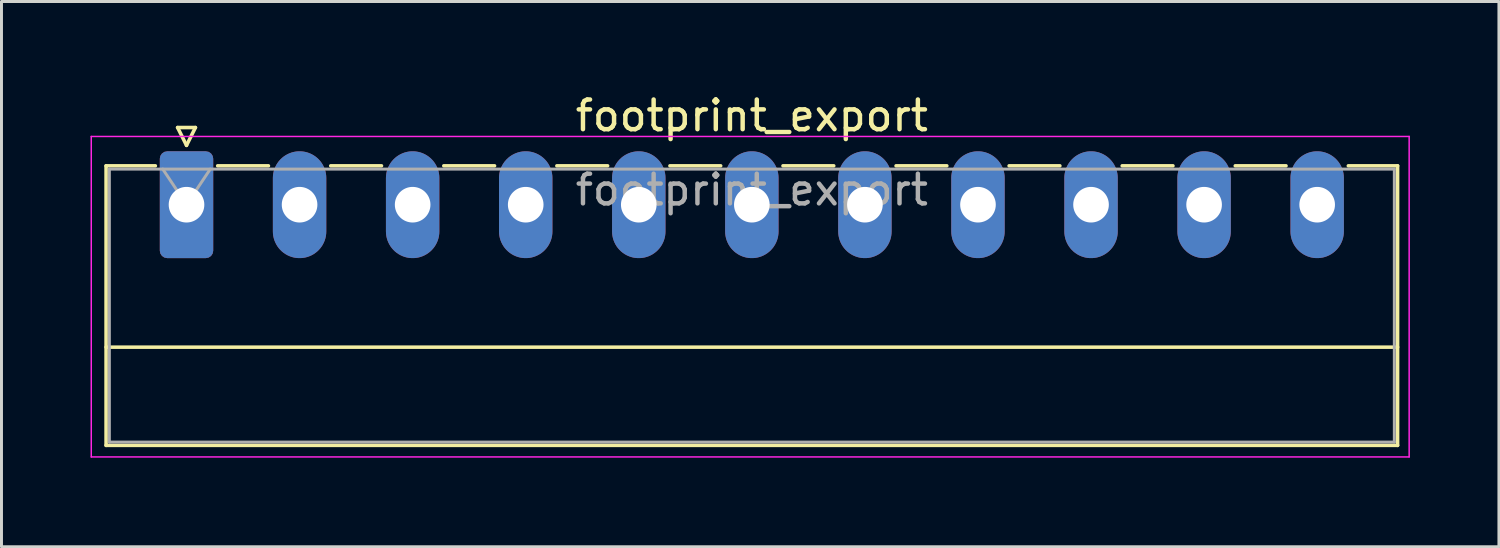
<source format=kicad_pcb>
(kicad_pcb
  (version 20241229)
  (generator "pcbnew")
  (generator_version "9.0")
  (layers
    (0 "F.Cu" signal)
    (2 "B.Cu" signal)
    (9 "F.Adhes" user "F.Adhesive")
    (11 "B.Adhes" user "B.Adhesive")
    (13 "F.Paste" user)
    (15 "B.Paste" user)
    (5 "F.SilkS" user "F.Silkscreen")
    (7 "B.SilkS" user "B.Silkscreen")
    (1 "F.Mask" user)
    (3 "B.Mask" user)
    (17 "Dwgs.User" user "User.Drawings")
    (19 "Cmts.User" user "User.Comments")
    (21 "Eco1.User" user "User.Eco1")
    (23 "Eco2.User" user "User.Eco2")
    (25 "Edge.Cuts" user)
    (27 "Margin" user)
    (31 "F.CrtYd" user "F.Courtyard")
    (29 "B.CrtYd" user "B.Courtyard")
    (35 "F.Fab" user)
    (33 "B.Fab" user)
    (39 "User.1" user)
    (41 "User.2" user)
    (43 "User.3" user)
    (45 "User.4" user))
  (footprint "footprint_export"
    (layer "F.Cu")
    (at 3.235 3.848)
    (property "Reference" "footprint_export" (at 19.05 -3 0) (layer "F.SilkS") (effects (font (size 1 1) (thickness 0.15))))
    (attr through_hole)
    (fp_line (start -2.71 -1.31) (end -2.71 8.11) (stroke (width 0.12) (type solid)) (layer "F.SilkS"))
    (fp_line (start -2.71 -1.31) (end -1.05 -1.31) (stroke (width 0.12) (type solid)) (layer "F.SilkS"))
    (fp_line (start -2.71 4.8) (end 40.81 4.8) (stroke (width 0.12) (type solid)) (layer "F.SilkS"))
    (fp_line (start -2.71 8.11) (end 40.81 8.11) (stroke (width 0.12) (type solid)) (layer "F.SilkS"))
    (fp_line (start -0.3 -2.6) (end 0.3 -2.6) (stroke (width 0.12) (type solid)) (layer "F.SilkS"))
    (fp_line (start 0 -2) (end -0.3 -2.6) (stroke (width 0.12) (type solid)) (layer "F.SilkS"))
    (fp_line (start 0.3 -2.6) (end 0 -2) (stroke (width 0.12) (type solid)) (layer "F.SilkS"))
    (fp_line (start 1.05 -1.31) (end 2.76 -1.31) (stroke (width 0.12) (type solid)) (layer "F.SilkS"))
    (fp_line (start 4.86 -1.31) (end 6.57 -1.31) (stroke (width 0.12) (type solid)) (layer "F.SilkS"))
    (fp_line (start 8.67 -1.31) (end 10.38 -1.31) (stroke (width 0.12) (type solid)) (layer "F.SilkS"))
    (fp_line (start 12.48 -1.31) (end 14.19 -1.31) (stroke (width 0.12) (type solid)) (layer "F.SilkS"))
    (fp_line (start 16.29 -1.31) (end 18 -1.31) (stroke (width 0.12) (type solid)) (layer "F.SilkS"))
    (fp_line (start 20.1 -1.31) (end 21.81 -1.31) (stroke (width 0.12) (type solid)) (layer "F.SilkS"))
    (fp_line (start 23.91 -1.31) (end 25.62 -1.31) (stroke (width 0.12) (type solid)) (layer "F.SilkS"))
    (fp_line (start 27.72 -1.31) (end 29.43 -1.31) (stroke (width 0.12) (type solid)) (layer "F.SilkS"))
    (fp_line (start 31.53 -1.31) (end 33.24 -1.31) (stroke (width 0.12) (type solid)) (layer "F.SilkS"))
    (fp_line (start 35.34 -1.31) (end 37.05 -1.31) (stroke (width 0.12) (type solid)) (layer "F.SilkS"))
    (fp_line (start 40.81 -1.31) (end 39.15 -1.31) (stroke (width 0.12) (type solid)) (layer "F.SilkS"))
    (fp_line (start 40.81 8.11) (end 40.81 -1.31) (stroke (width 0.12) (type solid)) (layer "F.SilkS"))
    (fp_line (start -3.21 -2.3) (end -3.21 8.5) (stroke (width 0.05) (type solid)) (layer "F.CrtYd"))
    (fp_line (start -3.21 8.5) (end 41.2 8.5) (stroke (width 0.05) (type solid)) (layer "F.CrtYd"))
    (fp_line (start 41.2 -2.3) (end -3.21 -2.3) (stroke (width 0.05) (type solid)) (layer "F.CrtYd"))
    (fp_line (start 41.2 8.5) (end 41.2 -2.3) (stroke (width 0.05) (type solid)) (layer "F.CrtYd"))
    (fp_line (start -2.6 -1.2) (end -2.6 8) (stroke (width 0.1) (type solid)) (layer "F.Fab"))
    (fp_line (start -2.6 8) (end 40.7 8) (stroke (width 0.1) (type solid)) (layer "F.Fab"))
    (fp_line (start 0 0) (end -0.8 -1.2) (stroke (width 0.1) (type solid)) (layer "F.Fab"))
    (fp_line (start 0.8 -1.2) (end 0 0) (stroke (width 0.1) (type solid)) (layer "F.Fab"))
    (fp_line (start 40.7 -1.2) (end -2.6 -1.2) (stroke (width 0.1) (type solid)) (layer "F.Fab"))
    (fp_line (start 40.7 8) (end 40.7 -1.2) (stroke (width 0.1) (type solid)) (layer "F.Fab"))
    (fp_text user "${REFERENCE}" (at 19.05 -0.5 0) (layer "F.Fab") (effects (font (size 1 1) (thickness 0.15))))
    (pad "1" thru_hole roundrect (at 0 0) (size 1.8 3.6) (drill 1.2) (layers "*.Cu" "*.Mask") (roundrect_rratio 0.139))
    (pad "2" thru_hole oval (at 3.81 0) (size 1.8 3.6) (drill 1.2) (layers "*.Cu" "*.Mask"))
    (pad "3" thru_hole oval (at 7.62 0) (size 1.8 3.6) (drill 1.2) (layers "*.Cu" "*.Mask"))
    (pad "4" thru_hole oval (at 11.43 0) (size 1.8 3.6) (drill 1.2) (layers "*.Cu" "*.Mask"))
    (pad "5" thru_hole oval (at 15.24 0) (size 1.8 3.6) (drill 1.2) (layers "*.Cu" "*.Mask"))
    (pad "6" thru_hole oval (at 19.05 0) (size 1.8 3.6) (drill 1.2) (layers "*.Cu" "*.Mask"))
    (pad "7" thru_hole oval (at 22.86 0) (size 1.8 3.6) (drill 1.2) (layers "*.Cu" "*.Mask"))
    (pad "8" thru_hole oval (at 26.67 0) (size 1.8 3.6) (drill 1.2) (layers "*.Cu" "*.Mask"))
    (pad "9" thru_hole oval (at 30.48 0) (size 1.8 3.6) (drill 1.2) (layers "*.Cu" "*.Mask"))
    (pad "10" thru_hole oval (at 34.29 0) (size 1.8 3.6) (drill 1.2) (layers "*.Cu" "*.Mask"))
    (pad "11" thru_hole oval (at 38.1 0) (size 1.8 3.6) (drill 1.2) (layers "*.Cu" "*.Mask")))
  (gr_rect
    (start -3 -3)
    (end 47.46 15.373)
    (stroke (width 0.1) (type default))
    (fill no)
    (layer "Edge.Cuts")))
</source>
